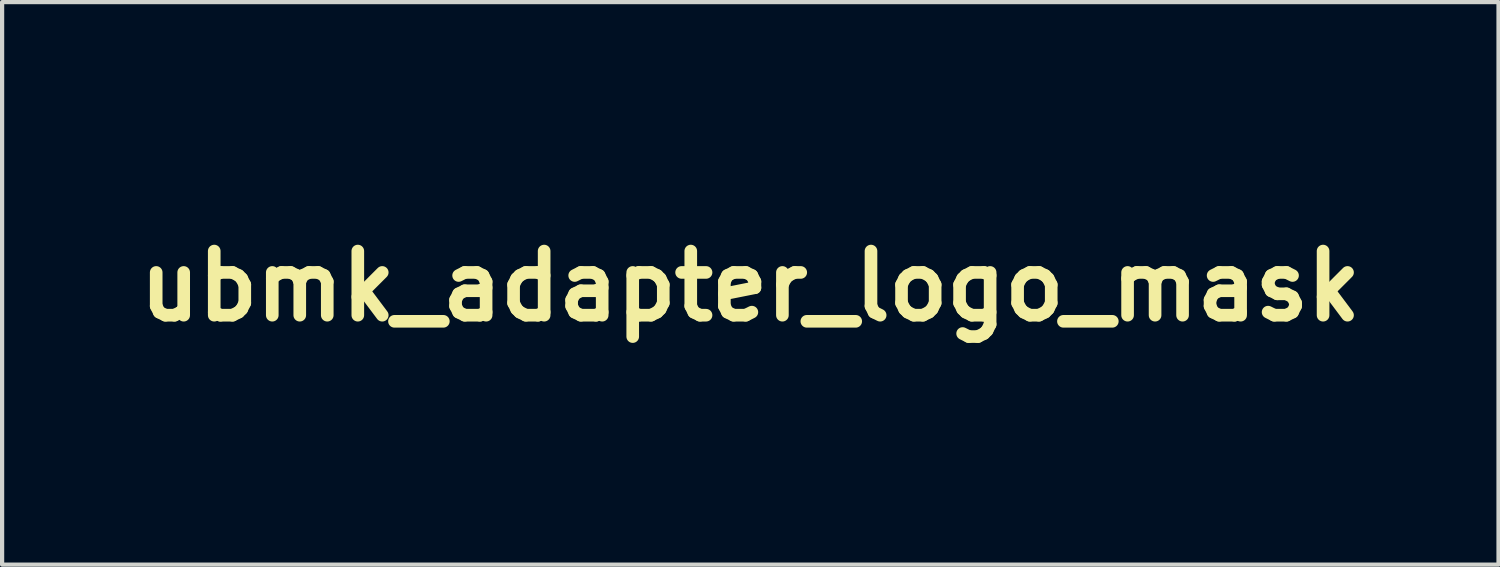
<source format=kicad_pcb>
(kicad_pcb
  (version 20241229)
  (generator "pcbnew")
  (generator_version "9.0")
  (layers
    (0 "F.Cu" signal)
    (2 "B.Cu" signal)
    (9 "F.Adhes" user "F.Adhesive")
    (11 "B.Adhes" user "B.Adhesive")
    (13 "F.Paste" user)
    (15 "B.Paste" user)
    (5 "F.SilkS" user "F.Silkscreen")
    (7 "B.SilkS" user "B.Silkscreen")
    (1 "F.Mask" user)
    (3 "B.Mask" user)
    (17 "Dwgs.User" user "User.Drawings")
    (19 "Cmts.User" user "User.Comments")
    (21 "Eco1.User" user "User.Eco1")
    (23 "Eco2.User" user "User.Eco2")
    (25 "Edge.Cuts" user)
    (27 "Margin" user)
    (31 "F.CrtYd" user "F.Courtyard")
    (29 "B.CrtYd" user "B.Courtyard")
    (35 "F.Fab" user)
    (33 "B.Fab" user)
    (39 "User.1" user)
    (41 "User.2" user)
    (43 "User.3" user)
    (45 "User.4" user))
  (footprint "ubmk_adapter_logo_mask"
    (layer "F.Cu")
    (at 14.776 3.749)
    (property "Reference" "ubmk_adapter_logo_mask" (at 0 0 0) (layer "F.SilkS") (effects (font (size 1.524 1.524) (thickness 0.3))))
    (attr through_hole)
    (fp_poly (pts (xy -1.492 -2.546) (xy -1.668 -2.546) (xy -1.668 -3.209) (xy -1.492 -3.209) (xy -1.492 -2.546)) (stroke (width 0.01) (type solid)) (fill yes) (layer "F.Mask"))
    (fp_poly (pts (xy -1.122 3.346) (xy -1.307 3.346) (xy -1.307 3.258) (xy -1.122 3.258) (xy -1.122 3.346)) (stroke (width 0.01) (type solid)) (fill yes) (layer "F.Mask"))
    (fp_poly (pts (xy -1.6 3.355) (xy -1.522 3.355) (xy -1.522 3.473) (xy -1.814 3.473) (xy -1.814 3.355) (xy -1.726 3.355) (xy -1.731 3.126) (xy -1.768 3.123) (xy -1.805 3.12) (xy -1.805 3.014) (xy -1.6 3.014) (xy -1.6 3.355)) (stroke (width 0.01) (type solid)) (fill yes) (layer "F.Mask"))
    (fp_poly (pts (xy 3.391 -2.636) (xy 3.423 -2.618) (xy 3.453 -2.582) (xy 3.467 -2.542) (xy 3.467 -2.5) (xy 3.454 -2.461) (xy 3.428 -2.429) (xy 3.392 -2.408) (xy 3.347 -2.4) (xy 3.312 -2.404) (xy 3.281 -2.413) (xy 3.275 -2.417) (xy 3.244 -2.446) (xy 3.225 -2.487) (xy 3.22 -2.531) (xy 3.229 -2.574) (xy 3.235 -2.584) (xy 3.265 -2.617) (xy 3.304 -2.638) (xy 3.348 -2.644) (xy 3.391 -2.636)) (stroke (width 0.01) (type solid)) (fill yes) (layer "F.Mask"))
    (fp_poly (pts (xy 2.936 -2.887) (xy 2.893 -2.887) (xy 2.867 -2.887) (xy 2.848 -2.885) (xy 2.834 -2.879) (xy 2.826 -2.866) (xy 2.821 -2.842) (xy 2.819 -2.807) (xy 2.819 -2.756) (xy 2.819 -2.711) (xy 2.819 -2.546) (xy 2.643 -2.546) (xy 2.643 -2.727) (xy 2.644 -2.801) (xy 2.646 -2.859) (xy 2.65 -2.903) (xy 2.656 -2.935) (xy 2.666 -2.959) (xy 2.68 -2.976) (xy 2.698 -2.991) (xy 2.704 -2.994) (xy 2.722 -3.004) (xy 2.745 -3.01) (xy 2.775 -3.013) (xy 2.818 -3.014) (xy 2.836 -3.014) (xy 2.936 -3.014) (xy 2.936 -2.887)) (stroke (width 0.01) (type solid)) (fill yes) (layer "F.Mask"))
    (fp_poly (pts (xy 1.924 -3.075) (xy 1.926 -3.019) (xy 1.987 -3.016) (xy 2.048 -3.013) (xy 2.048 -2.888) (xy 1.987 -2.885) (xy 1.926 -2.882) (xy 1.924 -2.796) (xy 1.923 -2.746) (xy 1.927 -2.712) (xy 1.932 -2.696) (xy 1.951 -2.687) (xy 1.984 -2.683) (xy 1.996 -2.682) (xy 2.048 -2.682) (xy 2.048 -2.546) (xy 1.953 -2.546) (xy 1.897 -2.548) (xy 1.857 -2.552) (xy 1.829 -2.561) (xy 1.826 -2.562) (xy 1.802 -2.576) (xy 1.784 -2.593) (xy 1.772 -2.616) (xy 1.764 -2.647) (xy 1.759 -2.692) (xy 1.756 -2.753) (xy 1.756 -2.755) (xy 1.751 -2.882) (xy 1.714 -2.885) (xy 1.678 -2.888) (xy 1.678 -3.013) (xy 1.714 -3.016) (xy 1.751 -3.019) (xy 1.757 -3.131) (xy 1.921 -3.131) (xy 1.924 -3.075)) (stroke (width 0.01) (type solid)) (fill yes) (layer "F.Mask"))
    (fp_poly (pts (xy 1.561 3.236) (xy 1.561 3.289) (xy 1.564 3.325) (xy 1.571 3.348) (xy 1.582 3.36) (xy 1.599 3.365) (xy 1.609 3.365) (xy 1.629 3.363) (xy 1.643 3.355) (xy 1.652 3.338) (xy 1.656 3.309) (xy 1.658 3.265) (xy 1.658 3.236) (xy 1.658 3.131) (xy 1.785 3.131) (xy 1.785 3.252) (xy 1.785 3.303) (xy 1.783 3.34) (xy 1.78 3.365) (xy 1.775 3.383) (xy 1.767 3.399) (xy 1.763 3.405) (xy 1.74 3.432) (xy 1.713 3.454) (xy 1.71 3.456) (xy 1.675 3.469) (xy 1.63 3.477) (xy 1.585 3.479) (xy 1.549 3.473) (xy 1.506 3.453) (xy 1.47 3.422) (xy 1.447 3.388) (xy 1.44 3.358) (xy 1.435 3.308) (xy 1.434 3.244) (xy 1.434 3.131) (xy 1.561 3.131) (xy 1.561 3.236)) (stroke (width 0.01) (type solid)) (fill yes) (layer "F.Mask"))
    (fp_poly (pts (xy -0.702 3.016) (xy -0.656 3.023) (xy -0.622 3.037) (xy -0.597 3.058) (xy -0.578 3.09) (xy -0.575 3.096) (xy -0.559 3.146) (xy -0.561 3.192) (xy -0.582 3.235) (xy -0.62 3.276) (xy -0.661 3.307) (xy -0.727 3.351) (xy -0.641 3.353) (xy -0.556 3.356) (xy -0.556 3.473) (xy -0.68 3.472) (xy -0.729 3.471) (xy -0.773 3.469) (xy -0.806 3.466) (xy -0.825 3.463) (xy -0.825 3.463) (xy -0.855 3.442) (xy -0.877 3.41) (xy -0.887 3.374) (xy -0.888 3.369) (xy -0.884 3.346) (xy -0.873 3.323) (xy -0.851 3.298) (xy -0.816 3.268) (xy -0.771 3.235) (xy -0.726 3.201) (xy -0.701 3.173) (xy -0.693 3.151) (xy -0.705 3.135) (xy -0.734 3.126) (xy -0.783 3.122) (xy -0.797 3.121) (xy -0.868 3.121) (xy -0.868 3.014) (xy -0.764 3.014) (xy -0.702 3.016)) (stroke (width 0.01) (type solid)) (fill yes) (layer "F.Mask"))
    (fp_poly (pts (xy 0.127 3.016) (xy 0.173 3.023) (xy 0.207 3.037) (xy 0.232 3.058) (xy 0.251 3.09) (xy 0.255 3.096) (xy 0.27 3.146) (xy 0.268 3.192) (xy 0.248 3.235) (xy 0.209 3.276) (xy 0.168 3.307) (xy 0.102 3.351) (xy 0.188 3.353) (xy 0.273 3.356) (xy 0.273 3.473) (xy 0.149 3.472) (xy 0.1 3.471) (xy 0.056 3.469) (xy 0.023 3.466) (xy 0.004 3.463) (xy 0.004 3.463) (xy -0.026 3.442) (xy -0.048 3.41) (xy -0.058 3.374) (xy -0.059 3.369) (xy -0.055 3.346) (xy -0.044 3.323) (xy -0.022 3.298) (xy 0.013 3.268) (xy 0.058 3.235) (xy 0.103 3.201) (xy 0.128 3.173) (xy 0.136 3.151) (xy 0.124 3.135) (xy 0.095 3.126) (xy 0.046 3.122) (xy 0.032 3.121) (xy -0.039 3.121) (xy -0.039 3.014) (xy 0.065 3.014) (xy 0.127 3.016)) (stroke (width 0.01) (type solid)) (fill yes) (layer "F.Mask"))
    (fp_poly (pts (xy 3.439 -3.049) (xy 3.493 -3.038) (xy 3.579 -3.003) (xy 3.659 -2.955) (xy 3.729 -2.894) (xy 3.786 -2.825) (xy 3.813 -2.777) (xy 3.833 -2.73) (xy 3.839 -2.692) (xy 3.831 -2.662) (xy 3.809 -2.634) (xy 3.803 -2.629) (xy 3.769 -2.611) (xy 3.729 -2.604) (xy 3.693 -2.611) (xy 3.685 -2.615) (xy 3.672 -2.627) (xy 3.653 -2.651) (xy 3.63 -2.682) (xy 3.625 -2.69) (xy 3.576 -2.753) (xy 3.521 -2.799) (xy 3.46 -2.829) (xy 3.389 -2.844) (xy 3.363 -2.846) (xy 3.316 -2.847) (xy 3.278 -2.844) (xy 3.24 -2.833) (xy 3.225 -2.829) (xy 3.177 -2.815) (xy 3.141 -2.813) (xy 3.11 -2.824) (xy 3.086 -2.843) (xy 3.067 -2.876) (xy 3.061 -2.915) (xy 3.07 -2.954) (xy 3.09 -2.985) (xy 3.126 -3.009) (xy 3.177 -3.029) (xy 3.237 -3.044) (xy 3.304 -3.052) (xy 3.373 -3.054) (xy 3.439 -3.049)) (stroke (width 0.01) (type solid)) (fill yes) (layer "F.Mask"))
    (fp_poly (pts (xy 3.451 -3.394) (xy 3.529 -3.382) (xy 3.553 -3.377) (xy 3.675 -3.337) (xy 3.788 -3.282) (xy 3.892 -3.212) (xy 3.983 -3.129) (xy 4.061 -3.034) (xy 4.122 -2.931) (xy 4.143 -2.882) (xy 4.151 -2.845) (xy 4.147 -2.815) (xy 4.128 -2.788) (xy 4.115 -2.775) (xy 4.08 -2.756) (xy 4.04 -2.751) (xy 4.003 -2.759) (xy 3.993 -2.765) (xy 3.977 -2.781) (xy 3.957 -2.808) (xy 3.94 -2.836) (xy 3.875 -2.934) (xy 3.796 -3.018) (xy 3.705 -3.088) (xy 3.603 -3.142) (xy 3.502 -3.177) (xy 3.411 -3.192) (xy 3.312 -3.193) (xy 3.212 -3.181) (xy 3.116 -3.156) (xy 3.076 -3.14) (xy 3.027 -3.127) (xy 2.984 -3.129) (xy 2.95 -3.146) (xy 2.926 -3.177) (xy 2.917 -3.218) (xy 2.917 -3.224) (xy 2.921 -3.258) (xy 2.936 -3.287) (xy 2.962 -3.312) (xy 3.003 -3.335) (xy 3.06 -3.356) (xy 3.129 -3.377) (xy 3.198 -3.39) (xy 3.279 -3.397) (xy 3.366 -3.399) (xy 3.451 -3.394)) (stroke (width 0.01) (type solid)) (fill yes) (layer "F.Mask"))
    (fp_poly (pts (xy -4.243 -2.873) (xy -4.243 -2.817) (xy -4.242 -2.777) (xy -4.24 -2.75) (xy -4.236 -2.732) (xy -4.231 -2.72) (xy -4.224 -2.712) (xy -4.199 -2.697) (xy -4.175 -2.692) (xy -4.146 -2.699) (xy -4.126 -2.712) (xy -4.118 -2.721) (xy -4.113 -2.733) (xy -4.11 -2.752) (xy -4.108 -2.78) (xy -4.107 -2.821) (xy -4.107 -2.873) (xy -4.107 -3.014) (xy -3.929 -3.014) (xy -3.933 -2.851) (xy -3.934 -2.79) (xy -3.936 -2.745) (xy -3.938 -2.712) (xy -3.942 -2.689) (xy -3.947 -2.67) (xy -3.955 -2.654) (xy -3.96 -2.644) (xy -3.994 -2.601) (xy -4.032 -2.571) (xy -4.059 -2.556) (xy -4.085 -2.547) (xy -4.116 -2.542) (xy -4.158 -2.539) (xy -4.206 -2.539) (xy -4.245 -2.543) (xy -4.268 -2.548) (xy -4.324 -2.577) (xy -4.365 -2.613) (xy -4.394 -2.655) (xy -4.403 -2.676) (xy -4.41 -2.694) (xy -4.414 -2.715) (xy -4.417 -2.743) (xy -4.418 -2.78) (xy -4.419 -2.831) (xy -4.419 -2.86) (xy -4.419 -3.014) (xy -4.243 -3.014) (xy -4.243 -2.873)) (stroke (width 0.01) (type solid)) (fill yes) (layer "F.Mask"))
    (fp_poly (pts (xy 1.57 -1.102) (xy 1.644 -1.102) (xy 1.809 -1.404) (xy 1.983 -1.405) (xy 2.038 -1.404) (xy 2.086 -1.404) (xy 2.124 -1.403) (xy 2.148 -1.401) (xy 2.156 -1.4) (xy 2.151 -1.391) (xy 2.137 -1.368) (xy 2.115 -1.333) (xy 2.088 -1.29) (xy 2.057 -1.241) (xy 2.052 -1.232) (xy 2.021 -1.182) (xy 1.994 -1.138) (xy 1.974 -1.103) (xy 1.962 -1.078) (xy 1.958 -1.066) (xy 1.959 -1.065) (xy 1.987 -1.05) (xy 2.021 -1.024) (xy 2.052 -0.993) (xy 2.064 -0.978) (xy 2.084 -0.948) (xy 2.098 -0.914) (xy 2.108 -0.872) (xy 2.114 -0.819) (xy 2.116 -0.752) (xy 2.117 -0.707) (xy 2.117 -0.575) (xy 1.805 -0.575) (xy 1.805 -0.706) (xy 1.804 -0.76) (xy 1.803 -0.798) (xy 1.801 -0.824) (xy 1.796 -0.842) (xy 1.789 -0.855) (xy 1.784 -0.862) (xy 1.752 -0.888) (xy 1.704 -0.903) (xy 1.641 -0.906) (xy 1.634 -0.905) (xy 1.575 -0.902) (xy 1.573 -0.739) (xy 1.57 -0.575) (xy 1.268 -0.575) (xy 1.268 -1.746) (xy 1.57 -1.746) (xy 1.57 -1.102)) (stroke (width 0.01) (type solid)) (fill yes) (layer "F.Mask"))
    (fp_poly (pts (xy -2.631 -3.18) (xy -2.572 -3.179) (xy -2.529 -3.177) (xy -2.497 -3.174) (xy -2.473 -3.169) (xy -2.453 -3.162) (xy -2.452 -3.161) (xy -2.406 -3.131) (xy -2.369 -3.087) (xy -2.345 -3.035) (xy -2.335 -2.981) (xy -2.337 -2.948) (xy -2.347 -2.906) (xy -2.364 -2.872) (xy -2.388 -2.841) (xy -2.425 -2.81) (xy -2.475 -2.777) (xy -2.568 -2.717) (xy -2.45 -2.714) (xy -2.331 -2.711) (xy -2.331 -2.546) (xy -2.505 -2.546) (xy -2.569 -2.546) (xy -2.617 -2.547) (xy -2.651 -2.549) (xy -2.676 -2.552) (xy -2.695 -2.557) (xy -2.71 -2.563) (xy -2.712 -2.564) (xy -2.753 -2.596) (xy -2.779 -2.637) (xy -2.787 -2.67) (xy -2.787 -2.708) (xy -2.776 -2.742) (xy -2.752 -2.775) (xy -2.713 -2.81) (xy -2.679 -2.835) (xy -2.619 -2.878) (xy -2.574 -2.911) (xy -2.543 -2.938) (xy -2.525 -2.959) (xy -2.517 -2.976) (xy -2.519 -2.991) (xy -2.529 -3.005) (xy -2.532 -3.008) (xy -2.543 -3.015) (xy -2.562 -3.02) (xy -2.592 -3.023) (xy -2.638 -3.024) (xy -2.659 -3.024) (xy -2.77 -3.024) (xy -2.77 -3.18) (xy -2.631 -3.18)) (stroke (width 0.01) (type solid)) (fill yes) (layer "F.Mask"))
    (fp_poly (pts (xy -1.95 -1.173) (xy -1.95 -1.082) (xy -1.948 -1.009) (xy -1.945 -0.955) (xy -1.941 -0.92) (xy -1.938 -0.908) (xy -1.915 -0.869) (xy -1.878 -0.844) (xy -1.838 -0.833) (xy -1.794 -0.835) (xy -1.758 -0.854) (xy -1.729 -0.887) (xy -1.722 -0.898) (xy -1.717 -0.909) (xy -1.713 -0.923) (xy -1.71 -0.943) (xy -1.709 -0.971) (xy -1.708 -1.01) (xy -1.707 -1.062) (xy -1.707 -1.13) (xy -1.707 -1.162) (xy -1.707 -1.405) (xy -1.405 -1.405) (xy -1.405 -1.128) (xy -1.405 -1.038) (xy -1.406 -0.964) (xy -1.408 -0.905) (xy -1.411 -0.858) (xy -1.416 -0.82) (xy -1.424 -0.79) (xy -1.434 -0.764) (xy -1.447 -0.741) (xy -1.463 -0.717) (xy -1.468 -0.71) (xy -1.523 -0.651) (xy -1.591 -0.605) (xy -1.637 -0.584) (xy -1.682 -0.572) (xy -1.739 -0.564) (xy -1.802 -0.559) (xy -1.865 -0.559) (xy -1.922 -0.563) (xy -1.956 -0.569) (xy -2.037 -0.599) (xy -2.109 -0.643) (xy -2.17 -0.698) (xy -2.215 -0.764) (xy -2.222 -0.778) (xy -2.248 -0.834) (xy -2.251 -1.119) (xy -2.255 -1.405) (xy -1.951 -1.405) (xy -1.95 -1.173)) (stroke (width 0.01) (type solid)) (fill yes) (layer "F.Mask"))
    (fp_poly (pts (xy 3.449 -3.741) (xy 3.593 -3.721) (xy 3.707 -3.692) (xy 3.847 -3.638) (xy 3.979 -3.568) (xy 4.101 -3.484) (xy 4.211 -3.387) (xy 4.308 -3.278) (xy 4.39 -3.159) (xy 4.425 -3.096) (xy 4.449 -3.045) (xy 4.461 -3.007) (xy 4.463 -2.976) (xy 4.454 -2.951) (xy 4.435 -2.926) (xy 4.431 -2.922) (xy 4.4 -2.903) (xy 4.361 -2.896) (xy 4.323 -2.902) (xy 4.305 -2.912) (xy 4.29 -2.927) (xy 4.271 -2.954) (xy 4.25 -2.988) (xy 4.245 -2.997) (xy 4.168 -3.118) (xy 4.077 -3.226) (xy 3.975 -3.319) (xy 3.862 -3.397) (xy 3.74 -3.458) (xy 3.609 -3.503) (xy 3.471 -3.53) (xy 3.385 -3.538) (xy 3.27 -3.537) (xy 3.162 -3.523) (xy 3.052 -3.495) (xy 2.998 -3.477) (xy 2.946 -3.458) (xy 2.909 -3.445) (xy 2.883 -3.438) (xy 2.863 -3.436) (xy 2.848 -3.439) (xy 2.832 -3.445) (xy 2.826 -3.448) (xy 2.793 -3.473) (xy 2.774 -3.509) (xy 2.77 -3.545) (xy 2.777 -3.578) (xy 2.797 -3.607) (xy 2.833 -3.634) (xy 2.88 -3.656) (xy 3.014 -3.702) (xy 3.156 -3.731) (xy 3.302 -3.744) (xy 3.449 -3.741)) (stroke (width 0.01) (type solid)) (fill yes) (layer "F.Mask"))
    (fp_poly (pts (xy -0.32 -3.021) (xy -0.276 -3.011) (xy -0.237 -2.992) (xy -0.2 -2.964) (xy -0.175 -2.94) (xy -0.156 -2.915) (xy -0.143 -2.887) (xy -0.134 -2.852) (xy -0.129 -2.806) (xy -0.127 -2.746) (xy -0.127 -2.699) (xy -0.127 -2.546) (xy -0.283 -2.546) (xy -0.283 -2.618) (xy -0.315 -2.588) (xy -0.339 -2.567) (xy -0.362 -2.55) (xy -0.368 -2.547) (xy -0.4 -2.538) (xy -0.443 -2.537) (xy -0.487 -2.543) (xy -0.524 -2.555) (xy -0.564 -2.582) (xy -0.6 -2.623) (xy -0.627 -2.672) (xy -0.635 -2.696) (xy -0.642 -2.744) (xy -0.641 -2.772) (xy -0.464 -2.772) (xy -0.455 -2.735) (xy -0.432 -2.706) (xy -0.416 -2.697) (xy -0.38 -2.688) (xy -0.349 -2.697) (xy -0.324 -2.718) (xy -0.305 -2.75) (xy -0.301 -2.786) (xy -0.309 -2.82) (xy -0.328 -2.848) (xy -0.357 -2.865) (xy -0.378 -2.868) (xy -0.417 -2.863) (xy -0.442 -2.845) (xy -0.458 -2.814) (xy -0.464 -2.772) (xy -0.641 -2.772) (xy -0.64 -2.799) (xy -0.631 -2.852) (xy -0.617 -2.892) (xy -0.579 -2.948) (xy -0.529 -2.988) (xy -0.467 -3.013) (xy -0.393 -3.023) (xy -0.378 -3.024) (xy -0.32 -3.021)) (stroke (width 0.01) (type solid)) (fill yes) (layer "F.Mask"))
    (fp_poly (pts (xy 0.86 -3.021) (xy 0.905 -3.011) (xy 0.943 -2.992) (xy 0.98 -2.964) (xy 1.005 -2.94) (xy 1.024 -2.915) (xy 1.037 -2.887) (xy 1.046 -2.852) (xy 1.051 -2.806) (xy 1.053 -2.746) (xy 1.053 -2.699) (xy 1.053 -2.546) (xy 0.897 -2.546) (xy 0.897 -2.618) (xy 0.866 -2.588) (xy 0.841 -2.567) (xy 0.818 -2.55) (xy 0.813 -2.547) (xy 0.78 -2.538) (xy 0.738 -2.537) (xy 0.693 -2.543) (xy 0.657 -2.555) (xy 0.616 -2.582) (xy 0.58 -2.623) (xy 0.554 -2.672) (xy 0.545 -2.696) (xy 0.538 -2.744) (xy 0.539 -2.772) (xy 0.716 -2.772) (xy 0.725 -2.735) (xy 0.748 -2.706) (xy 0.764 -2.697) (xy 0.8 -2.688) (xy 0.831 -2.697) (xy 0.856 -2.718) (xy 0.875 -2.75) (xy 0.88 -2.786) (xy 0.871 -2.82) (xy 0.852 -2.848) (xy 0.823 -2.865) (xy 0.802 -2.868) (xy 0.764 -2.863) (xy 0.738 -2.845) (xy 0.722 -2.814) (xy 0.716 -2.772) (xy 0.539 -2.772) (xy 0.54 -2.799) (xy 0.549 -2.852) (xy 0.564 -2.892) (xy 0.602 -2.948) (xy 0.651 -2.988) (xy 0.713 -3.013) (xy 0.787 -3.023) (xy 0.803 -3.024) (xy 0.86 -3.021)) (stroke (width 0.01) (type solid)) (fill yes) (layer "F.Mask"))
    (fp_poly (pts (xy -3.473 -2.897) (xy -3.58 -2.897) (xy -3.629 -2.897) (xy -3.661 -2.895) (xy -3.68 -2.892) (xy -3.691 -2.886) (xy -3.694 -2.881) (xy -3.694 -2.866) (xy -3.679 -2.855) (xy -3.648 -2.85) (xy -3.609 -2.848) (xy -3.545 -2.842) (xy -3.497 -2.823) (xy -3.463 -2.792) (xy -3.444 -2.748) (xy -3.44 -2.71) (xy -3.446 -2.654) (xy -3.468 -2.61) (xy -3.505 -2.577) (xy -3.521 -2.568) (xy -3.54 -2.559) (xy -3.559 -2.553) (xy -3.582 -2.549) (xy -3.614 -2.547) (xy -3.658 -2.546) (xy -3.709 -2.546) (xy -3.853 -2.546) (xy -3.853 -2.672) (xy -3.733 -2.675) (xy -3.682 -2.676) (xy -3.648 -2.679) (xy -3.627 -2.682) (xy -3.616 -2.686) (xy -3.614 -2.692) (xy -3.619 -2.7) (xy -3.634 -2.706) (xy -3.664 -2.71) (xy -3.693 -2.713) (xy -3.751 -2.72) (xy -3.795 -2.734) (xy -3.826 -2.755) (xy -3.849 -2.786) (xy -3.853 -2.795) (xy -3.87 -2.843) (xy -3.869 -2.887) (xy -3.851 -2.934) (xy -3.85 -2.936) (xy -3.834 -2.963) (xy -3.815 -2.983) (xy -3.791 -2.998) (xy -3.759 -3.007) (xy -3.716 -3.012) (xy -3.658 -3.014) (xy -3.617 -3.014) (xy -3.473 -3.014) (xy -3.473 -2.897)) (stroke (width 0.01) (type solid)) (fill yes) (layer "F.Mask"))
    (fp_poly (pts (xy -3.199 -2.985) (xy -3.168 -3.004) (xy -3.13 -3.019) (xy -3.082 -3.024) (xy -3.032 -3.021) (xy -2.987 -3.01) (xy -2.976 -3.005) (xy -2.931 -2.973) (xy -2.893 -2.929) (xy -2.871 -2.89) (xy -2.862 -2.853) (xy -2.858 -2.805) (xy -2.86 -2.754) (xy -2.867 -2.708) (xy -2.876 -2.677) (xy -2.91 -2.624) (xy -2.958 -2.58) (xy -2.991 -2.56) (xy -3.024 -2.55) (xy -3.067 -2.542) (xy -3.116 -2.539) (xy -3.161 -2.539) (xy -3.196 -2.544) (xy -3.199 -2.545) (xy -3.264 -2.575) (xy -3.316 -2.62) (xy -3.352 -2.673) (xy -3.358 -2.685) (xy -3.362 -2.7) (xy -3.365 -2.721) (xy -3.368 -2.749) (xy -3.37 -2.781) (xy -3.199 -2.781) (xy -3.191 -2.743) (xy -3.169 -2.712) (xy -3.146 -2.696) (xy -3.11 -2.688) (xy -3.079 -2.697) (xy -3.056 -2.718) (xy -3.038 -2.748) (xy -3.034 -2.784) (xy -3.042 -2.819) (xy -3.059 -2.848) (xy -3.085 -2.866) (xy -3.097 -2.869) (xy -3.137 -2.866) (xy -3.17 -2.847) (xy -3.192 -2.816) (xy -3.199 -2.781) (xy -3.37 -2.781) (xy -3.37 -2.787) (xy -3.371 -2.838) (xy -3.372 -2.905) (xy -3.373 -2.958) (xy -3.376 -3.209) (xy -3.199 -3.209) (xy -3.199 -2.985)) (stroke (width 0.01) (type solid)) (fill yes) (layer "F.Mask"))
    (fp_poly (pts (xy -2.078 -2.985) (xy -2.046 -3.004) (xy -2.008 -3.019) (xy -1.96 -3.024) (xy -1.91 -3.021) (xy -1.865 -3.01) (xy -1.854 -3.005) (xy -1.809 -2.973) (xy -1.771 -2.929) (xy -1.749 -2.89) (xy -1.74 -2.853) (xy -1.737 -2.805) (xy -1.738 -2.754) (xy -1.745 -2.708) (xy -1.755 -2.677) (xy -1.788 -2.624) (xy -1.836 -2.58) (xy -1.87 -2.56) (xy -1.902 -2.55) (xy -1.946 -2.542) (xy -1.994 -2.539) (xy -2.039 -2.539) (xy -2.074 -2.544) (xy -2.078 -2.545) (xy -2.142 -2.575) (xy -2.194 -2.62) (xy -2.23 -2.673) (xy -2.236 -2.685) (xy -2.24 -2.7) (xy -2.244 -2.721) (xy -2.246 -2.749) (xy -2.248 -2.781) (xy -2.078 -2.781) (xy -2.069 -2.743) (xy -2.047 -2.712) (xy -2.024 -2.696) (xy -1.989 -2.688) (xy -1.958 -2.697) (xy -1.934 -2.718) (xy -1.917 -2.748) (xy -1.913 -2.784) (xy -1.92 -2.819) (xy -1.937 -2.848) (xy -1.963 -2.866) (xy -1.975 -2.869) (xy -2.015 -2.866) (xy -2.048 -2.847) (xy -2.07 -2.816) (xy -2.078 -2.781) (xy -2.248 -2.781) (xy -2.248 -2.787) (xy -2.25 -2.838) (xy -2.251 -2.905) (xy -2.251 -2.958) (xy -2.254 -3.209) (xy -2.078 -3.209) (xy -2.078 -2.985)) (stroke (width 0.01) (type solid)) (fill yes) (layer "F.Mask"))
    (fp_poly (pts (xy 0.476 -2.963) (xy 0.473 -2.717) (xy 0.444 -2.664) (xy 0.408 -2.612) (xy 0.363 -2.575) (xy 0.313 -2.551) (xy 0.267 -2.541) (xy 0.212 -2.537) (xy 0.158 -2.54) (xy 0.115 -2.55) (xy 0.065 -2.573) (xy 0.027 -2.603) (xy -0.000222 -2.635) (xy -0.032 -2.692) (xy -0.046 -2.755) (xy -0.046 -2.769) (xy 0.13 -2.769) (xy 0.142 -2.733) (xy 0.165 -2.705) (xy 0.179 -2.697) (xy 0.215 -2.688) (xy 0.246 -2.697) (xy 0.271 -2.718) (xy 0.289 -2.751) (xy 0.292 -2.79) (xy 0.281 -2.828) (xy 0.272 -2.842) (xy 0.245 -2.863) (xy 0.212 -2.869) (xy 0.179 -2.862) (xy 0.151 -2.842) (xy 0.133 -2.81) (xy 0.131 -2.805) (xy 0.13 -2.769) (xy -0.046 -2.769) (xy -0.046 -2.813) (xy -0.032 -2.879) (xy -0.004 -2.937) (xy 0.037 -2.982) (xy 0.047 -2.989) (xy 0.073 -3.005) (xy 0.098 -3.015) (xy 0.13 -3.02) (xy 0.163 -3.022) (xy 0.203 -3.024) (xy 0.229 -3.021) (xy 0.248 -3.015) (xy 0.264 -3.005) (xy 0.284 -2.992) (xy 0.296 -2.985) (xy 0.297 -2.985) (xy 0.299 -2.994) (xy 0.301 -3.019) (xy 0.302 -3.055) (xy 0.302 -3.097) (xy 0.302 -3.209) (xy 0.48 -3.209) (xy 0.476 -2.963)) (stroke (width 0.01) (type solid)) (fill yes) (layer "F.Mask"))
    (fp_poly (pts (xy 1.466 -3.022) (xy 1.515 -3.009) (xy 1.56 -2.985) (xy 1.58 -2.968) (xy 1.618 -2.925) (xy 1.644 -2.87) (xy 1.657 -2.807) (xy 1.658 -2.743) (xy 1.644 -2.681) (xy 1.631 -2.652) (xy 1.595 -2.6) (xy 1.549 -2.565) (xy 1.492 -2.545) (xy 1.443 -2.541) (xy 1.403 -2.542) (xy 1.375 -2.548) (xy 1.353 -2.559) (xy 1.347 -2.563) (xy 1.317 -2.585) (xy 1.317 -2.351) (xy 1.141 -2.351) (xy 1.142 -2.592) (xy 1.142 -2.675) (xy 1.143 -2.74) (xy 1.144 -2.764) (xy 1.318 -2.764) (xy 1.325 -2.744) (xy 1.343 -2.723) (xy 1.344 -2.722) (xy 1.376 -2.698) (xy 1.407 -2.693) (xy 1.437 -2.704) (xy 1.465 -2.725) (xy 1.479 -2.753) (xy 1.482 -2.788) (xy 1.476 -2.828) (xy 1.457 -2.856) (xy 1.431 -2.872) (xy 1.4 -2.877) (xy 1.37 -2.869) (xy 1.344 -2.849) (xy 1.325 -2.816) (xy 1.32 -2.793) (xy 1.318 -2.764) (xy 1.144 -2.764) (xy 1.145 -2.792) (xy 1.149 -2.832) (xy 1.154 -2.863) (xy 1.162 -2.888) (xy 1.173 -2.91) (xy 1.186 -2.93) (xy 1.194 -2.94) (xy 1.217 -2.963) (xy 1.25 -2.987) (xy 1.274 -3) (xy 1.309 -3.015) (xy 1.34 -3.024) (xy 1.377 -3.027) (xy 1.404 -3.027) (xy 1.466 -3.022)) (stroke (width 0.01) (type solid)) (fill yes) (layer "F.Mask"))
    (fp_poly (pts (xy -1.878 3.131) (xy -1.854 3.132) (xy -1.844 3.134) (xy -1.844 3.134) (xy -1.847 3.145) (xy -1.855 3.171) (xy -1.867 3.208) (xy -1.882 3.252) (xy -1.898 3.298) (xy -1.914 3.344) (xy -1.928 3.385) (xy -1.94 3.417) (xy -1.948 3.437) (xy -1.949 3.44) (xy -1.968 3.459) (xy -1.998 3.474) (xy -2.033 3.482) (xy -2.043 3.482) (xy -2.066 3.477) (xy -2.089 3.468) (xy -2.11 3.452) (xy -2.121 3.436) (xy -2.127 3.422) (xy -2.137 3.394) (xy -2.15 3.356) (xy -2.165 3.312) (xy -2.18 3.266) (xy -2.195 3.222) (xy -2.208 3.183) (xy -2.218 3.153) (xy -2.223 3.136) (xy -2.224 3.134) (xy -2.215 3.133) (xy -2.192 3.132) (xy -2.158 3.131) (xy -2.156 3.131) (xy -2.12 3.132) (xy -2.098 3.135) (xy -2.087 3.141) (xy -2.084 3.148) (xy -2.08 3.165) (xy -2.073 3.195) (xy -2.064 3.235) (xy -2.058 3.261) (xy -2.049 3.301) (xy -2.04 3.331) (xy -2.034 3.349) (xy -2.032 3.352) (xy -2.028 3.341) (xy -2.021 3.316) (xy -2.013 3.28) (xy -2.009 3.261) (xy -2 3.22) (xy -1.992 3.184) (xy -1.986 3.159) (xy -1.985 3.153) (xy -1.981 3.141) (xy -1.971 3.135) (xy -1.952 3.132) (xy -1.919 3.131) (xy -1.912 3.131) (xy -1.878 3.131)) (stroke (width 0.01) (type solid)) (fill yes) (layer "F.Mask"))
    (fp_poly (pts (xy -0.966 -1.336) (xy -0.923 -1.369) (xy -0.866 -1.401) (xy -0.8 -1.419) (xy -0.728 -1.422) (xy -0.654 -1.412) (xy -0.583 -1.388) (xy -0.516 -1.352) (xy -0.488 -1.331) (xy -0.446 -1.286) (xy -0.408 -1.228) (xy -0.379 -1.164) (xy -0.366 -1.122) (xy -0.353 -1.025) (xy -0.357 -0.933) (xy -0.376 -0.847) (xy -0.411 -0.769) (xy -0.46 -0.7) (xy -0.522 -0.643) (xy -0.595 -0.599) (xy -0.679 -0.569) (xy -0.691 -0.567) (xy -0.744 -0.56) (xy -0.807 -0.557) (xy -0.871 -0.559) (xy -0.928 -0.566) (xy -0.955 -0.571) (xy -1.04 -0.604) (xy -1.114 -0.652) (xy -1.176 -0.715) (xy -1.225 -0.793) (xy -1.228 -0.8) (xy -1.263 -0.873) (xy -1.264 -0.985) (xy -0.956 -0.985) (xy -0.948 -0.93) (xy -0.926 -0.884) (xy -0.892 -0.851) (xy -0.85 -0.831) (xy -0.802 -0.827) (xy -0.75 -0.84) (xy -0.74 -0.845) (xy -0.706 -0.872) (xy -0.683 -0.911) (xy -0.671 -0.958) (xy -0.67 -1.007) (xy -0.681 -1.054) (xy -0.704 -1.095) (xy -0.711 -1.103) (xy -0.752 -1.132) (xy -0.796 -1.145) (xy -0.84 -1.142) (xy -0.882 -1.125) (xy -0.916 -1.095) (xy -0.942 -1.055) (xy -0.955 -1.005) (xy -0.956 -0.985) (xy -1.264 -0.985) (xy -1.266 -1.31) (xy -1.269 -1.746) (xy -0.966 -1.746) (xy -0.966 -1.336)) (stroke (width 0.01) (type solid)) (fill yes) (layer "F.Mask"))
    (fp_poly (pts (xy 1.185 3.008) (xy 1.22 3.019) (xy 1.246 3.038) (xy 1.253 3.05) (xy 1.261 3.072) (xy 1.274 3.107) (xy 1.29 3.151) (xy 1.309 3.201) (xy 1.328 3.255) (xy 1.348 3.309) (xy 1.366 3.359) (xy 1.382 3.404) (xy 1.395 3.439) (xy 1.402 3.461) (xy 1.405 3.468) (xy 1.396 3.47) (xy 1.372 3.471) (xy 1.338 3.471) (xy 1.33 3.47) (xy 1.255 3.468) (xy 1.244 3.433) (xy 1.232 3.399) (xy 1.07 3.399) (xy 1.058 3.433) (xy 1.047 3.468) (xy 0.898 3.473) (xy 0.921 3.407) (xy 0.955 3.315) (xy 0.97 3.274) (xy 1.105 3.274) (xy 1.107 3.282) (xy 1.124 3.286) (xy 1.15 3.287) (xy 1.178 3.286) (xy 1.196 3.284) (xy 1.2 3.281) (xy 1.197 3.265) (xy 1.19 3.239) (xy 1.18 3.208) (xy 1.17 3.177) (xy 1.16 3.152) (xy 1.153 3.137) (xy 1.151 3.136) (xy 1.145 3.147) (xy 1.136 3.171) (xy 1.127 3.201) (xy 1.117 3.235) (xy 1.109 3.261) (xy 1.105 3.274) (xy 0.97 3.274) (xy 0.982 3.24) (xy 1.005 3.179) (xy 1.023 3.132) (xy 1.038 3.096) (xy 1.05 3.069) (xy 1.06 3.05) (xy 1.068 3.037) (xy 1.076 3.028) (xy 1.078 3.026) (xy 1.108 3.01) (xy 1.145 3.005) (xy 1.185 3.008)) (stroke (width 0.01) (type solid)) (fill yes) (layer "F.Mask"))
    (fp_poly (pts (xy 2.095 3.135) (xy 2.142 3.161) (xy 2.179 3.199) (xy 2.202 3.247) (xy 2.203 3.253) (xy 2.209 3.284) (xy 2.212 3.327) (xy 2.214 3.377) (xy 2.214 3.428) (xy 2.212 3.476) (xy 2.209 3.517) (xy 2.204 3.544) (xy 2.202 3.551) (xy 2.185 3.574) (xy 2.16 3.59) (xy 2.125 3.601) (xy 2.075 3.607) (xy 2.01 3.609) (xy 2.007 3.609) (xy 1.892 3.609) (xy 1.892 3.502) (xy 1.978 3.502) (xy 2.026 3.501) (xy 2.057 3.496) (xy 2.076 3.487) (xy 2.085 3.471) (xy 2.087 3.447) (xy 2.087 3.445) (xy 2.087 3.423) (xy 2.082 3.418) (xy 2.071 3.426) (xy 2.069 3.427) (xy 2.032 3.449) (xy 1.988 3.457) (xy 1.95 3.453) (xy 1.902 3.432) (xy 1.867 3.397) (xy 1.848 3.361) (xy 1.836 3.305) (xy 1.837 3.299) (xy 1.967 3.299) (xy 1.975 3.33) (xy 1.996 3.349) (xy 2.027 3.355) (xy 2.053 3.349) (xy 2.072 3.333) (xy 2.081 3.307) (xy 2.078 3.279) (xy 2.076 3.274) (xy 2.058 3.25) (xy 2.035 3.24) (xy 2.018 3.239) (xy 1.989 3.246) (xy 1.972 3.269) (xy 1.967 3.299) (xy 1.837 3.299) (xy 1.842 3.25) (xy 1.865 3.201) (xy 1.902 3.161) (xy 1.931 3.143) (xy 1.986 3.125) (xy 2.042 3.122) (xy 2.095 3.135)) (stroke (width 0.01) (type solid)) (fill yes) (layer "F.Mask"))
    (fp_poly (pts (xy -1.157 -3.022) (xy -1.116 -3.019) (xy -1.086 -3.013) (xy -1.061 -3.002) (xy -1.042 -2.989) (xy -0.999 -2.948) (xy -0.968 -2.896) (xy -0.95 -2.837) (xy -0.948 -2.778) (xy -0.951 -2.761) (xy -0.957 -2.731) (xy -1.098 -2.731) (xy -1.154 -2.731) (xy -1.194 -2.73) (xy -1.219 -2.728) (xy -1.233 -2.724) (xy -1.238 -2.719) (xy -1.239 -2.717) (xy -1.233 -2.703) (xy -1.216 -2.692) (xy -1.184 -2.686) (xy -1.136 -2.683) (xy -1.098 -2.682) (xy -0.995 -2.682) (xy -0.995 -2.546) (xy -1.1 -2.547) (xy -1.149 -2.548) (xy -1.195 -2.551) (xy -1.233 -2.556) (xy -1.249 -2.559) (xy -1.308 -2.584) (xy -1.359 -2.622) (xy -1.397 -2.67) (xy -1.415 -2.708) (xy -1.422 -2.751) (xy -1.421 -2.802) (xy -1.416 -2.838) (xy -1.249 -2.838) (xy -1.247 -2.828) (xy -1.238 -2.822) (xy -1.218 -2.82) (xy -1.183 -2.819) (xy -1.18 -2.819) (xy -1.144 -2.82) (xy -1.124 -2.822) (xy -1.114 -2.827) (xy -1.112 -2.837) (xy -1.112 -2.838) (xy -1.12 -2.857) (xy -1.139 -2.878) (xy -1.163 -2.893) (xy -1.18 -2.897) (xy -1.203 -2.89) (xy -1.226 -2.873) (xy -1.244 -2.853) (xy -1.249 -2.838) (xy -1.416 -2.838) (xy -1.413 -2.854) (xy -1.399 -2.899) (xy -1.397 -2.903) (xy -1.36 -2.956) (xy -1.31 -2.993) (xy -1.249 -3.016) (xy -1.176 -3.023) (xy -1.157 -3.022)) (stroke (width 0.01) (type solid)) (fill yes) (layer "F.Mask"))
    (fp_poly (pts (xy 2.374 -3.022) (xy 2.416 -3.019) (xy 2.445 -3.013) (xy 2.47 -3.002) (xy 2.489 -2.989) (xy 2.532 -2.948) (xy 2.563 -2.896) (xy 2.581 -2.837) (xy 2.583 -2.778) (xy 2.58 -2.761) (xy 2.574 -2.731) (xy 2.433 -2.731) (xy 2.377 -2.731) (xy 2.337 -2.73) (xy 2.312 -2.728) (xy 2.298 -2.724) (xy 2.293 -2.719) (xy 2.292 -2.717) (xy 2.298 -2.703) (xy 2.315 -2.692) (xy 2.347 -2.686) (xy 2.395 -2.683) (xy 2.433 -2.682) (xy 2.536 -2.682) (xy 2.536 -2.546) (xy 2.431 -2.547) (xy 2.382 -2.548) (xy 2.336 -2.551) (xy 2.298 -2.556) (xy 2.282 -2.559) (xy 2.223 -2.584) (xy 2.172 -2.622) (xy 2.134 -2.67) (xy 2.116 -2.708) (xy 2.109 -2.751) (xy 2.11 -2.802) (xy 2.115 -2.838) (xy 2.282 -2.838) (xy 2.285 -2.828) (xy 2.293 -2.822) (xy 2.313 -2.82) (xy 2.348 -2.819) (xy 2.351 -2.819) (xy 2.387 -2.82) (xy 2.407 -2.822) (xy 2.417 -2.827) (xy 2.419 -2.837) (xy 2.419 -2.838) (xy 2.411 -2.857) (xy 2.392 -2.878) (xy 2.368 -2.893) (xy 2.351 -2.897) (xy 2.328 -2.89) (xy 2.305 -2.873) (xy 2.287 -2.853) (xy 2.282 -2.838) (xy 2.115 -2.838) (xy 2.118 -2.854) (xy 2.132 -2.899) (xy 2.134 -2.903) (xy 2.171 -2.956) (xy 2.221 -2.993) (xy 2.282 -3.016) (xy 2.355 -3.023) (xy 2.374 -3.022)) (stroke (width 0.01) (type solid)) (fill yes) (layer "F.Mask"))
    (fp_poly (pts (xy -0.239 3.012) (xy -0.19 3.033) (xy -0.151 3.067) (xy -0.145 3.075) (xy -0.135 3.089) (xy -0.129 3.104) (xy -0.125 3.124) (xy -0.123 3.152) (xy -0.122 3.192) (xy -0.122 3.239) (xy -0.122 3.293) (xy -0.123 3.33) (xy -0.125 3.356) (xy -0.129 3.375) (xy -0.136 3.389) (xy -0.146 3.403) (xy -0.148 3.406) (xy -0.174 3.433) (xy -0.205 3.455) (xy -0.212 3.458) (xy -0.253 3.472) (xy -0.302 3.479) (xy -0.348 3.478) (xy -0.374 3.473) (xy -0.416 3.452) (xy -0.454 3.42) (xy -0.48 3.383) (xy -0.481 3.381) (xy -0.489 3.358) (xy -0.494 3.327) (xy -0.497 3.282) (xy -0.497 3.241) (xy -0.371 3.241) (xy -0.37 3.281) (xy -0.367 3.307) (xy -0.361 3.324) (xy -0.35 3.338) (xy -0.347 3.341) (xy -0.326 3.358) (xy -0.308 3.365) (xy -0.307 3.365) (xy -0.29 3.359) (xy -0.269 3.343) (xy -0.268 3.341) (xy -0.256 3.327) (xy -0.248 3.311) (xy -0.245 3.287) (xy -0.244 3.25) (xy -0.244 3.241) (xy -0.246 3.189) (xy -0.254 3.154) (xy -0.268 3.132) (xy -0.291 3.123) (xy -0.307 3.121) (xy -0.335 3.126) (xy -0.354 3.14) (xy -0.365 3.167) (xy -0.37 3.21) (xy -0.371 3.241) (xy -0.497 3.241) (xy -0.497 3.237) (xy -0.497 3.187) (xy -0.495 3.151) (xy -0.491 3.125) (xy -0.484 3.105) (xy -0.475 3.088) (xy -0.443 3.049) (xy -0.399 3.022) (xy -0.347 3.007) (xy -0.292 3.003) (xy -0.239 3.012)) (stroke (width 0.01) (type solid)) (fill yes) (layer "F.Mask"))
    (fp_poly (pts (xy 0.59 3.012) (xy 0.639 3.033) (xy 0.678 3.067) (xy 0.684 3.075) (xy 0.694 3.089) (xy 0.7 3.104) (xy 0.704 3.124) (xy 0.706 3.152) (xy 0.707 3.192) (xy 0.707 3.239) (xy 0.707 3.293) (xy 0.706 3.33) (xy 0.704 3.356) (xy 0.7 3.375) (xy 0.693 3.389) (xy 0.683 3.403) (xy 0.681 3.406) (xy 0.655 3.433) (xy 0.624 3.455) (xy 0.618 3.458) (xy 0.576 3.472) (xy 0.528 3.479) (xy 0.481 3.478) (xy 0.455 3.473) (xy 0.413 3.452) (xy 0.375 3.42) (xy 0.349 3.383) (xy 0.348 3.381) (xy 0.34 3.358) (xy 0.335 3.327) (xy 0.332 3.282) (xy 0.332 3.241) (xy 0.458 3.241) (xy 0.459 3.281) (xy 0.462 3.307) (xy 0.468 3.324) (xy 0.48 3.338) (xy 0.482 3.341) (xy 0.503 3.358) (xy 0.521 3.365) (xy 0.522 3.365) (xy 0.539 3.359) (xy 0.56 3.343) (xy 0.561 3.341) (xy 0.574 3.327) (xy 0.581 3.311) (xy 0.584 3.287) (xy 0.585 3.25) (xy 0.585 3.241) (xy 0.583 3.189) (xy 0.575 3.154) (xy 0.561 3.132) (xy 0.538 3.123) (xy 0.522 3.121) (xy 0.494 3.126) (xy 0.476 3.14) (xy 0.464 3.167) (xy 0.459 3.21) (xy 0.458 3.241) (xy 0.332 3.241) (xy 0.332 3.237) (xy 0.332 3.187) (xy 0.334 3.151) (xy 0.338 3.125) (xy 0.345 3.105) (xy 0.354 3.088) (xy 0.386 3.049) (xy 0.43 3.022) (xy 0.482 3.007) (xy 0.537 3.003) (xy 0.59 3.012)) (stroke (width 0.01) (type solid)) (fill yes) (layer "F.Mask"))
    (fp_poly (pts (xy -3.241 -1.668) (xy -3.158 -1.668) (xy -3.091 -1.667) (xy -3.038 -1.667) (xy -2.997 -1.666) (xy -2.965 -1.664) (xy -2.941 -1.662) (xy -2.924 -1.659) (xy -2.91 -1.656) (xy -2.899 -1.652) (xy -2.89 -1.648) (xy -2.846 -1.616) (xy -2.824 -1.586) (xy -2.799 -1.544) (xy -2.799 -1.123) (xy -2.799 -1.017) (xy -2.8 -0.929) (xy -2.8 -0.857) (xy -2.801 -0.799) (xy -2.803 -0.754) (xy -2.806 -0.718) (xy -2.811 -0.691) (xy -2.816 -0.671) (xy -2.823 -0.656) (xy -2.833 -0.644) (xy -2.844 -0.633) (xy -2.857 -0.621) (xy -2.858 -0.621) (xy -2.888 -0.601) (xy -2.921 -0.586) (xy -2.924 -0.586) (xy -2.945 -0.583) (xy -2.983 -0.58) (xy -3.035 -0.578) (xy -3.097 -0.577) (xy -3.169 -0.576) (xy -3.246 -0.575) (xy -3.327 -0.575) (xy -3.408 -0.576) (xy -3.487 -0.577) (xy -3.561 -0.578) (xy -3.629 -0.58) (xy -3.686 -0.582) (xy -3.73 -0.585) (xy -3.759 -0.588) (xy -3.768 -0.59) (xy -3.8 -0.605) (xy -3.828 -0.623) (xy -3.83 -0.626) (xy -3.843 -0.637) (xy -3.853 -0.648) (xy -3.861 -0.661) (xy -3.867 -0.676) (xy -3.872 -0.697) (xy -3.876 -0.724) (xy -3.879 -0.761) (xy -3.88 -0.807) (xy -3.882 -0.866) (xy -3.882 -0.94) (xy -3.882 -1.029) (xy -3.882 -1.123) (xy -3.882 -1.317) (xy -3.531 -1.317) (xy -3.531 -0.936) (xy -3.151 -0.936) (xy -3.151 -1.317) (xy -3.531 -1.317) (xy -3.882 -1.317) (xy -3.882 -1.544) (xy -3.858 -1.586) (xy -3.823 -1.628) (xy -3.791 -1.648) (xy -3.78 -1.653) (xy -3.769 -1.657) (xy -3.755 -1.66) (xy -3.736 -1.663) (xy -3.711 -1.665) (xy -3.678 -1.666) (xy -3.634 -1.667) (xy -3.579 -1.668) (xy -3.509 -1.668) (xy -3.423 -1.668) (xy -3.341 -1.668) (xy -3.241 -1.668)) (stroke (width 0.01) (type solid)) (fill yes) (layer "F.Mask"))
    (fp_poly (pts (xy 3.31 0.947) (xy 3.398 0.947) (xy 3.47 0.948) (xy 3.528 0.95) (xy 3.575 0.952) (xy 3.611 0.956) (xy 3.638 0.962) (xy 3.659 0.97) (xy 3.676 0.98) (xy 3.69 0.992) (xy 3.703 1.007) (xy 3.713 1.02) (xy 3.741 1.057) (xy 3.744 1.477) (xy 3.744 1.566) (xy 3.744 1.65) (xy 3.744 1.727) (xy 3.744 1.793) (xy 3.743 1.848) (xy 3.743 1.888) (xy 3.742 1.913) (xy 3.741 1.919) (xy 3.728 1.946) (xy 3.703 1.977) (xy 3.674 2.005) (xy 3.644 2.024) (xy 3.641 2.025) (xy 3.629 2.029) (xy 3.609 2.032) (xy 3.58 2.034) (xy 3.541 2.036) (xy 3.488 2.037) (xy 3.422 2.038) (xy 3.34 2.038) (xy 3.241 2.039) (xy 3.201 2.039) (xy 3.101 2.039) (xy 3.019 2.039) (xy 2.952 2.038) (xy 2.899 2.038) (xy 2.858 2.037) (xy 2.827 2.035) (xy 2.804 2.033) (xy 2.787 2.03) (xy 2.774 2.027) (xy 2.763 2.023) (xy 2.752 2.017) (xy 2.75 2.016) (xy 2.705 1.982) (xy 2.682 1.95) (xy 2.658 1.907) (xy 2.658 1.502) (xy 2.658 1.414) (xy 2.659 1.332) (xy 2.659 1.307) (xy 3.014 1.307) (xy 3.014 1.688) (xy 3.202 1.685) (xy 3.39 1.683) (xy 3.392 1.495) (xy 3.395 1.307) (xy 3.014 1.307) (xy 2.659 1.307) (xy 2.659 1.256) (xy 2.66 1.191) (xy 2.662 1.138) (xy 2.663 1.098) (xy 2.665 1.076) (xy 2.665 1.071) (xy 2.684 1.034) (xy 2.716 0.998) (xy 2.755 0.97) (xy 2.765 0.964) (xy 2.776 0.96) (xy 2.789 0.956) (xy 2.806 0.953) (xy 2.828 0.951) (xy 2.859 0.949) (xy 2.899 0.948) (xy 2.95 0.947) (xy 3.016 0.947) (xy 3.096 0.947) (xy 3.194 0.947) (xy 3.204 0.947) (xy 3.31 0.947)) (stroke (width 0.01) (type solid)) (fill yes) (layer "F.Mask"))
    (fp_poly (pts (xy -2.518 -0.361) (xy -2.37 -0.361) (xy -2.239 -0.361) (xy -2.125 -0.361) (xy -2.025 -0.36) (xy -1.939 -0.36) (xy -1.866 -0.36) (xy -1.804 -0.359) (xy -1.754 -0.358) (xy -1.712 -0.357) (xy -1.679 -0.356) (xy -1.653 -0.355) (xy -1.633 -0.353) (xy -1.617 -0.351) (xy -1.606 -0.349) (xy -1.597 -0.346) (xy -1.59 -0.344) (xy -1.583 -0.34) (xy -1.543 -0.312) (xy -1.514 -0.275) (xy -1.488 -0.229) (xy -1.488 0.6) (xy -1.51 0.639) (xy -1.533 0.67) (xy -1.561 0.697) (xy -1.568 0.702) (xy -1.603 0.727) (xy -2.672 0.729) (xy -2.841 0.729) (xy -2.992 0.729) (xy -3.126 0.729) (xy -3.244 0.729) (xy -3.346 0.729) (xy -3.434 0.729) (xy -3.509 0.729) (xy -3.572 0.728) (xy -3.624 0.727) (xy -3.667 0.726) (xy -3.701 0.725) (xy -3.727 0.724) (xy -3.746 0.722) (xy -3.76 0.72) (xy -3.77 0.718) (xy -3.775 0.716) (xy -3.825 0.685) (xy -3.862 0.643) (xy -3.868 0.632) (xy -3.872 0.615) (xy -3.875 0.581) (xy -3.878 0.533) (xy -3.88 0.473) (xy -3.882 0.403) (xy -3.883 0.327) (xy -3.884 0.246) (xy -3.884 0.163) (xy -3.883 0.081) (xy -3.882 0.002) (xy -3.882 -0.01) (xy -3.531 -0.01) (xy -3.531 0.38) (xy -1.844 0.38) (xy -1.844 -0.01) (xy -3.531 -0.01) (xy -3.882 -0.01) (xy -3.881 -0.071) (xy -3.879 -0.136) (xy -3.877 -0.19) (xy -3.874 -0.231) (xy -3.87 -0.256) (xy -3.868 -0.261) (xy -3.843 -0.297) (xy -3.809 -0.329) (xy -3.774 -0.35) (xy -3.772 -0.351) (xy -3.758 -0.352) (xy -3.728 -0.354) (xy -3.68 -0.356) (xy -3.615 -0.357) (xy -3.533 -0.358) (xy -3.432 -0.359) (xy -3.314 -0.36) (xy -3.176 -0.36) (xy -3.02 -0.361) (xy -2.845 -0.361) (xy -2.685 -0.361) (xy -2.518 -0.361)) (stroke (width 0.01) (type solid)) (fill yes) (layer "F.Mask"))
    (fp_poly (pts (xy 0.235 -1.42) (xy 0.319 -1.402) (xy 0.393 -1.371) (xy 0.46 -1.338) (xy 0.504 -1.366) (xy 0.551 -1.388) (xy 0.609 -1.407) (xy 0.673 -1.419) (xy 0.734 -1.424) (xy 0.735 -1.424) (xy 0.827 -1.416) (xy 0.911 -1.394) (xy 0.984 -1.357) (xy 1.044 -1.308) (xy 1.091 -1.247) (xy 1.114 -1.201) (xy 1.12 -1.184) (xy 1.125 -1.167) (xy 1.129 -1.147) (xy 1.132 -1.122) (xy 1.134 -1.089) (xy 1.136 -1.047) (xy 1.137 -0.991) (xy 1.138 -0.92) (xy 1.139 -0.861) (xy 1.143 -0.575) (xy 0.829 -0.575) (xy 0.829 -0.815) (xy 0.829 -0.899) (xy 0.828 -0.966) (xy 0.825 -1.018) (xy 0.821 -1.057) (xy 0.815 -1.086) (xy 0.807 -1.106) (xy 0.795 -1.12) (xy 0.78 -1.131) (xy 0.764 -1.138) (xy 0.719 -1.148) (xy 0.677 -1.14) (xy 0.644 -1.116) (xy 0.62 -1.077) (xy 0.614 -1.057) (xy 0.611 -1.036) (xy 0.609 -1) (xy 0.607 -0.95) (xy 0.606 -0.891) (xy 0.605 -0.827) (xy 0.605 -0.797) (xy 0.605 -0.575) (xy 0.302 -0.575) (xy 0.302 -0.82) (xy 0.302 -0.903) (xy 0.301 -0.969) (xy 0.299 -1.02) (xy 0.295 -1.058) (xy 0.289 -1.086) (xy 0.281 -1.106) (xy 0.269 -1.12) (xy 0.254 -1.13) (xy 0.237 -1.138) (xy 0.191 -1.148) (xy 0.15 -1.14) (xy 0.115 -1.114) (xy 0.09 -1.073) (xy 0.088 -1.07) (xy 0.085 -1.051) (xy 0.082 -1.014) (xy 0.08 -0.962) (xy 0.079 -0.897) (xy 0.078 -0.821) (xy 0.078 -0.809) (xy 0.078 -0.575) (xy -0.224 -0.575) (xy -0.224 -0.848) (xy -0.224 -0.929) (xy -0.224 -0.994) (xy -0.223 -1.045) (xy -0.221 -1.084) (xy -0.219 -1.115) (xy -0.215 -1.14) (xy -0.211 -1.161) (xy -0.205 -1.182) (xy -0.205 -1.184) (xy -0.174 -1.251) (xy -0.129 -1.309) (xy -0.071 -1.356) (xy -0.003 -1.392) (xy 0.072 -1.414) (xy 0.152 -1.424) (xy 0.235 -1.42)) (stroke (width 0.01) (type solid)) (fill yes) (layer "F.Mask"))
    (fp_poly (pts (xy -3.237 0.946) (xy -3.151 0.947) (xy -3.081 0.947) (xy -3.024 0.949) (xy -2.979 0.951) (xy -2.945 0.954) (xy -2.918 0.959) (xy -2.897 0.965) (xy -2.881 0.973) (xy -2.867 0.983) (xy -2.854 0.994) (xy -2.85 0.998) (xy -2.838 1.009) (xy -2.828 1.02) (xy -2.82 1.032) (xy -2.814 1.048) (xy -2.809 1.069) (xy -2.805 1.097) (xy -2.803 1.133) (xy -2.801 1.18) (xy -2.8 1.24) (xy -2.8 1.314) (xy -2.799 1.404) (xy -2.799 1.493) (xy -2.799 1.915) (xy -2.824 1.956) (xy -2.859 1.998) (xy -2.89 2.018) (xy -2.901 2.023) (xy -2.913 2.027) (xy -2.927 2.031) (xy -2.945 2.033) (xy -2.97 2.035) (xy -3.003 2.037) (xy -3.047 2.037) (xy -3.102 2.038) (xy -3.172 2.038) (xy -3.257 2.038) (xy -3.341 2.038) (xy -3.446 2.038) (xy -3.532 2.038) (xy -3.603 2.037) (xy -3.659 2.036) (xy -3.702 2.034) (xy -3.734 2.032) (xy -3.757 2.03) (xy -3.773 2.027) (xy -3.78 2.024) (xy -3.816 2.004) (xy -3.843 1.978) (xy -3.861 1.951) (xy -3.866 1.942) (xy -3.871 1.933) (xy -3.874 1.921) (xy -3.876 1.904) (xy -3.878 1.881) (xy -3.88 1.851) (xy -3.881 1.81) (xy -3.882 1.757) (xy -3.882 1.691) (xy -3.882 1.609) (xy -3.882 1.51) (xy -3.882 1.494) (xy -3.882 1.389) (xy -3.882 1.307) (xy -3.531 1.307) (xy -3.531 1.687) (xy -3.151 1.687) (xy -3.151 1.307) (xy -3.531 1.307) (xy -3.882 1.307) (xy -3.882 1.302) (xy -3.881 1.23) (xy -3.88 1.172) (xy -3.879 1.127) (xy -3.876 1.092) (xy -3.872 1.065) (xy -3.867 1.045) (xy -3.86 1.03) (xy -3.852 1.018) (xy -3.842 1.007) (xy -3.832 0.998) (xy -3.818 0.986) (xy -3.804 0.975) (xy -3.789 0.967) (xy -3.77 0.961) (xy -3.745 0.956) (xy -3.713 0.952) (xy -3.671 0.949) (xy -3.618 0.948) (xy -3.551 0.947) (xy -3.47 0.946) (xy -3.371 0.946) (xy -3.341 0.946) (xy -3.237 0.946)) (stroke (width 0.01) (type solid)) (fill yes) (layer "F.Mask"))
    (fp_poly (pts (xy -0.621 -0.361) (xy -0.539 -0.361) (xy -0.473 -0.36) (xy -0.421 -0.36) (xy -0.38 -0.359) (xy -0.349 -0.357) (xy -0.326 -0.355) (xy -0.309 -0.352) (xy -0.295 -0.349) (xy -0.284 -0.344) (xy -0.276 -0.34) (xy -0.235 -0.313) (xy -0.207 -0.28) (xy -0.18 -0.24) (xy -0.18 0.611) (xy -0.207 0.651) (xy -0.239 0.687) (xy -0.276 0.711) (xy -0.287 0.716) (xy -0.298 0.72) (xy -0.312 0.724) (xy -0.331 0.726) (xy -0.355 0.728) (xy -0.388 0.729) (xy -0.431 0.73) (xy -0.487 0.731) (xy -0.556 0.731) (xy -0.641 0.731) (xy -0.722 0.731) (xy -0.825 0.731) (xy -0.91 0.731) (xy -0.979 0.73) (xy -1.034 0.729) (xy -1.077 0.727) (xy -1.109 0.725) (xy -1.132 0.723) (xy -1.149 0.72) (xy -1.16 0.716) (xy -1.16 0.716) (xy -1.202 0.693) (xy -1.233 0.661) (xy -1.25 0.632) (xy -1.254 0.622) (xy -1.258 0.611) (xy -1.261 0.595) (xy -1.263 0.575) (xy -1.265 0.547) (xy -1.266 0.51) (xy -1.267 0.462) (xy -1.268 0.401) (xy -1.268 0.325) (xy -1.268 0.285) (xy -0.915 0.285) (xy -0.915 0.327) (xy -0.914 0.356) (xy -0.913 0.368) (xy -0.906 0.373) (xy -0.889 0.376) (xy -0.86 0.378) (xy -0.817 0.38) (xy -0.757 0.38) (xy -0.722 0.38) (xy -0.536 0.38) (xy -0.536 -0.01) (xy -0.912 -0.005) (xy -0.915 0.175) (xy -0.915 0.233) (xy -0.915 0.285) (xy -1.268 0.285) (xy -1.268 0.232) (xy -1.268 0.185) (xy -1.268 0.085) (xy -1.268 0.001) (xy -1.267 -0.066) (xy -1.267 -0.12) (xy -1.266 -0.161) (xy -1.264 -0.193) (xy -1.262 -0.217) (xy -1.259 -0.234) (xy -1.256 -0.247) (xy -1.252 -0.257) (xy -1.25 -0.261) (xy -1.224 -0.302) (xy -1.191 -0.33) (xy -1.158 -0.346) (xy -1.147 -0.35) (xy -1.131 -0.353) (xy -1.108 -0.355) (xy -1.077 -0.357) (xy -1.037 -0.359) (xy -0.984 -0.36) (xy -0.917 -0.36) (xy -0.836 -0.361) (xy -0.736 -0.361) (xy -0.72 -0.361) (xy -0.621 -0.361)) (stroke (width 0.01) (type solid)) (fill yes) (layer "F.Mask"))
    (fp_poly (pts (xy 0.686 -0.36) (xy 0.768 -0.36) (xy 0.835 -0.36) (xy 0.889 -0.359) (xy 0.93 -0.358) (xy 0.962 -0.356) (xy 0.985 -0.354) (xy 1.003 -0.351) (xy 1.016 -0.348) (xy 1.027 -0.343) (xy 1.029 -0.343) (xy 1.069 -0.319) (xy 1.097 -0.288) (xy 1.116 -0.251) (xy 1.121 -0.231) (xy 1.124 -0.194) (xy 1.127 -0.143) (xy 1.13 -0.08) (xy 1.131 -0.008) (xy 1.133 0.07) (xy 1.133 0.152) (xy 1.133 0.235) (xy 1.132 0.316) (xy 1.131 0.393) (xy 1.129 0.464) (xy 1.127 0.524) (xy 1.124 0.573) (xy 1.12 0.607) (xy 1.116 0.622) (xy 1.094 0.664) (xy 1.065 0.693) (xy 1.029 0.713) (xy 1.018 0.718) (xy 1.005 0.721) (xy 0.989 0.724) (xy 0.966 0.727) (xy 0.936 0.728) (xy 0.896 0.73) (xy 0.845 0.73) (xy 0.78 0.731) (xy 0.7 0.731) (xy 0.603 0.731) (xy 0.585 0.731) (xy 0.486 0.731) (xy 0.404 0.731) (xy 0.337 0.731) (xy 0.285 0.73) (xy 0.244 0.729) (xy 0.213 0.728) (xy 0.189 0.726) (xy 0.172 0.723) (xy 0.159 0.719) (xy 0.148 0.715) (xy 0.138 0.711) (xy 0.101 0.685) (xy 0.07 0.651) (xy 0.07 0.65) (xy 0.044 0.611) (xy 0.041 0.285) (xy 0.392 0.285) (xy 0.392 0.327) (xy 0.393 0.356) (xy 0.395 0.368) (xy 0.4 0.373) (xy 0.415 0.376) (xy 0.442 0.378) (xy 0.482 0.379) (xy 0.537 0.379) (xy 0.587 0.378) (xy 0.775 0.376) (xy 0.775 -0.005) (xy 0.395 -0.005) (xy 0.392 0.175) (xy 0.392 0.233) (xy 0.392 0.285) (xy 0.041 0.285) (xy 0.041 0.206) (xy 0.04 0.088) (xy 0.04 -0.012) (xy 0.041 -0.094) (xy 0.043 -0.158) (xy 0.045 -0.204) (xy 0.047 -0.231) (xy 0.048 -0.235) (xy 0.073 -0.287) (xy 0.112 -0.326) (xy 0.141 -0.342) (xy 0.152 -0.347) (xy 0.165 -0.351) (xy 0.181 -0.353) (xy 0.203 -0.356) (xy 0.233 -0.358) (xy 0.273 -0.359) (xy 0.323 -0.36) (xy 0.387 -0.36) (xy 0.467 -0.36) (xy 0.563 -0.36) (xy 0.585 -0.36) (xy 0.686 -0.36)) (stroke (width 0.01) (type solid)) (fill yes) (layer "F.Mask"))
    (fp_poly (pts (xy 3.427 -1.667) (xy 3.493 -1.666) (xy 3.547 -1.666) (xy 3.588 -1.665) (xy 3.612 -1.664) (xy 3.617 -1.663) (xy 3.649 -1.65) (xy 3.685 -1.625) (xy 3.715 -1.594) (xy 3.731 -1.569) (xy 3.734 -1.563) (xy 3.736 -1.552) (xy 3.738 -1.535) (xy 3.739 -1.512) (xy 3.74 -1.481) (xy 3.742 -1.441) (xy 3.743 -1.392) (xy 3.743 -1.331) (xy 3.744 -1.259) (xy 3.745 -1.174) (xy 3.745 -1.075) (xy 3.745 -0.96) (xy 3.745 -0.83) (xy 3.746 -0.682) (xy 3.746 -0.517) (xy 3.746 -0.474) (xy 3.746 -0.283) (xy 3.745 -0.111) (xy 3.745 0.042) (xy 3.744 0.177) (xy 3.744 0.293) (xy 3.743 0.391) (xy 3.741 0.472) (xy 3.74 0.534) (xy 3.739 0.58) (xy 3.737 0.609) (xy 3.735 0.621) (xy 3.708 0.666) (xy 3.664 0.702) (xy 3.643 0.713) (xy 3.636 0.716) (xy 3.628 0.718) (xy 3.617 0.721) (xy 3.603 0.723) (xy 3.584 0.724) (xy 3.558 0.726) (xy 3.526 0.727) (xy 3.486 0.728) (xy 3.436 0.729) (xy 3.376 0.73) (xy 3.305 0.73) (xy 3.221 0.731) (xy 3.123 0.731) (xy 3.01 0.731) (xy 2.881 0.731) (xy 2.736 0.731) (xy 2.572 0.731) (xy 2.546 0.731) (xy 1.488 0.732) (xy 1.445 0.711) (xy 1.408 0.685) (xy 1.377 0.651) (xy 1.377 0.65) (xy 1.351 0.611) (xy 1.351 -0.01) (xy 1.707 -0.01) (xy 1.707 0.381) (xy 2.548 0.378) (xy 3.39 0.376) (xy 3.39 -1.312) (xy 3.202 -1.315) (xy 3.014 -1.317) (xy 3.014 -0.736) (xy 3.014 -0.611) (xy 3.014 -0.504) (xy 3.014 -0.413) (xy 3.013 -0.337) (xy 3.012 -0.275) (xy 3.01 -0.224) (xy 3.008 -0.183) (xy 3.005 -0.152) (xy 3 -0.127) (xy 2.995 -0.108) (xy 2.989 -0.094) (xy 2.981 -0.082) (xy 2.972 -0.071) (xy 2.962 -0.06) (xy 2.953 -0.05) (xy 2.944 -0.041) (xy 2.934 -0.034) (xy 2.921 -0.028) (xy 2.905 -0.023) (xy 2.882 -0.019) (xy 2.853 -0.016) (xy 2.815 -0.013) (xy 2.767 -0.012) (xy 2.707 -0.011) (xy 2.634 -0.01) (xy 2.546 -0.01) (xy 2.443 -0.01) (xy 2.321 -0.01) (xy 2.298 -0.01) (xy 1.707 -0.01) (xy 1.351 -0.01) (xy 1.351 -0.24) (xy 1.377 -0.28) (xy 1.41 -0.316) (xy 1.446 -0.34) (xy 1.455 -0.345) (xy 1.465 -0.348) (xy 1.477 -0.351) (xy 1.492 -0.354) (xy 1.513 -0.356) (xy 1.54 -0.357) (xy 1.575 -0.359) (xy 1.62 -0.36) (xy 1.677 -0.36) (xy 1.747 -0.361) (xy 1.831 -0.361) (xy 1.931 -0.361) (xy 2.049 -0.361) (xy 2.652 -0.361) (xy 2.655 -0.949) (xy 2.656 -1.076) (xy 2.656 -1.185) (xy 2.657 -1.277) (xy 2.658 -1.355) (xy 2.66 -1.419) (xy 2.662 -1.471) (xy 2.665 -1.512) (xy 2.669 -1.544) (xy 2.675 -1.569) (xy 2.682 -1.588) (xy 2.69 -1.602) (xy 2.7 -1.613) (xy 2.712 -1.622) (xy 2.726 -1.631) (xy 2.734 -1.637) (xy 2.774 -1.663) (xy 3.179 -1.666) (xy 3.267 -1.666) (xy 3.351 -1.667) (xy 3.427 -1.667)) (stroke (width 0.01) (type solid)) (fill yes) (layer "F.Mask"))
    (fp_poly (pts (xy -0.341 0.947) (xy -0.089 0.947) (xy -0.073 0.947) (xy 0.183 0.947) (xy 0.42 0.947) (xy 0.639 0.947) (xy 0.84 0.947) (xy 1.025 0.947) (xy 1.195 0.947) (xy 1.349 0.947) (xy 1.488 0.948) (xy 1.614 0.948) (xy 1.727 0.948) (xy 1.828 0.949) (xy 1.918 0.95) (xy 1.996 0.951) (xy 2.065 0.952) (xy 2.124 0.953) (xy 2.175 0.954) (xy 2.218 0.956) (xy 2.253 0.957) (xy 2.283 0.959) (xy 2.306 0.962) (xy 2.325 0.964) (xy 2.34 0.967) (xy 2.351 0.97) (xy 2.359 0.973) (xy 2.365 0.977) (xy 2.37 0.981) (xy 2.375 0.985) (xy 2.38 0.99) (xy 2.382 0.992) (xy 2.399 1.012) (xy 2.417 1.04) (xy 2.42 1.046) (xy 2.425 1.056) (xy 2.429 1.067) (xy 2.432 1.081) (xy 2.434 1.1) (xy 2.436 1.126) (xy 2.437 1.161) (xy 2.437 1.207) (xy 2.438 1.265) (xy 2.437 1.337) (xy 2.437 1.425) (xy 2.436 1.506) (xy 2.434 1.93) (xy 2.404 1.966) (xy 2.378 1.993) (xy 2.349 2.015) (xy 2.341 2.021) (xy 2.337 2.022) (xy 2.332 2.024) (xy 2.324 2.026) (xy 2.315 2.027) (xy 2.302 2.029) (xy 2.284 2.03) (xy 2.262 2.031) (xy 2.235 2.032) (xy 2.201 2.033) (xy 2.16 2.034) (xy 2.112 2.035) (xy 2.055 2.035) (xy 1.988 2.036) (xy 1.912 2.037) (xy 1.825 2.037) (xy 1.727 2.037) (xy 1.617 2.038) (xy 1.493 2.038) (xy 1.357 2.038) (xy 1.206 2.038) (xy 1.039 2.038) (xy 0.857 2.038) (xy 0.659 2.038) (xy 0.443 2.038) (xy 0.209 2.038) (xy -0.043 2.038) (xy -0.068 2.038) (xy -0.329 2.038) (xy -0.572 2.038) (xy -0.796 2.038) (xy -1.003 2.038) (xy -1.193 2.038) (xy -1.367 2.037) (xy -1.525 2.037) (xy -1.668 2.037) (xy -1.797 2.036) (xy -1.912 2.036) (xy -2.014 2.035) (xy -2.104 2.035) (xy -2.183 2.034) (xy -2.25 2.033) (xy -2.308 2.032) (xy -2.355 2.032) (xy -2.393 2.031) (xy -2.424 2.03) (xy -2.446 2.028) (xy -2.462 2.027) (xy -2.471 2.026) (xy -2.473 2.025) (xy -2.506 2.004) (xy -2.537 1.972) (xy -2.56 1.937) (xy -2.57 1.91) (xy -2.571 1.893) (xy -2.572 1.859) (xy -2.573 1.811) (xy -2.574 1.749) (xy -2.574 1.677) (xy -2.574 1.596) (xy -2.573 1.51) (xy -2.573 1.467) (xy -2.572 1.307) (xy -2.224 1.307) (xy -2.224 1.491) (xy -2.224 1.549) (xy -2.223 1.6) (xy -2.221 1.641) (xy -2.22 1.669) (xy -2.217 1.681) (xy -2.217 1.681) (xy -2.207 1.682) (xy -2.178 1.682) (xy -2.132 1.683) (xy -2.068 1.683) (xy -1.989 1.684) (xy -1.894 1.684) (xy -1.786 1.684) (xy -1.664 1.685) (xy -1.529 1.685) (xy -1.383 1.685) (xy -1.226 1.685) (xy -1.06 1.685) (xy -0.884 1.686) (xy -0.701 1.685) (xy -0.511 1.685) (xy -0.314 1.685) (xy -0.112 1.685) (xy -0.064 1.685) (xy 2.083 1.683) (xy 2.085 1.495) (xy 2.088 1.307) (xy -2.224 1.307) (xy -2.572 1.307) (xy -2.57 1.057) (xy -2.542 1.02) (xy -2.515 0.992) (xy -2.483 0.969) (xy -2.474 0.965) (xy -2.469 0.963) (xy -2.463 0.961) (xy -2.456 0.959) (xy -2.445 0.958) (xy -2.432 0.956) (xy -2.414 0.955) (xy -2.392 0.954) (xy -2.364 0.953) (xy -2.331 0.952) (xy -2.29 0.951) (xy -2.241 0.95) (xy -2.184 0.95) (xy -2.118 0.949) (xy -2.042 0.949) (xy -1.955 0.948) (xy -1.857 0.948) (xy -1.747 0.948) (xy -1.624 0.947) (xy -1.487 0.947) (xy -1.336 0.947) (xy -1.17 0.947) (xy -0.988 0.947) (xy -0.79 0.947) (xy -0.575 0.947) (xy -0.341 0.947)) (stroke (width 0.01) (type solid)) (fill yes) (layer "F.Mask"))
    (fp_poly (pts (xy 1.611 -2.242) (xy 1.898 -2.241) (xy 2.167 -2.241) (xy 2.417 -2.241) (xy 2.648 -2.241) (xy 2.861 -2.241) (xy 3.054 -2.24) (xy 3.229 -2.24) (xy 3.385 -2.239) (xy 3.522 -2.239) (xy 3.639 -2.238) (xy 3.737 -2.237) (xy 3.817 -2.237) (xy 3.876 -2.236) (xy 3.917 -2.235) (xy 3.938 -2.234) (xy 3.941 -2.234) (xy 4.007 -2.215) (xy 4.077 -2.183) (xy 4.141 -2.142) (xy 4.188 -2.102) (xy 4.238 -2.04) (xy 4.279 -1.968) (xy 4.306 -1.893) (xy 4.31 -1.875) (xy 4.312 -1.859) (xy 4.313 -1.825) (xy 4.314 -1.773) (xy 4.315 -1.705) (xy 4.316 -1.623) (xy 4.317 -1.526) (xy 4.318 -1.417) (xy 4.318 -1.296) (xy 4.319 -1.165) (xy 4.32 -1.024) (xy 4.32 -0.875) (xy 4.321 -0.719) (xy 4.321 -0.556) (xy 4.321 -0.389) (xy 4.322 -0.219) (xy 4.322 -0.045) (xy 4.322 0.129) (xy 4.322 0.305) (xy 4.322 0.479) (xy 4.322 0.652) (xy 4.321 0.821) (xy 4.321 0.987) (xy 4.321 1.147) (xy 4.32 1.3) (xy 4.32 1.447) (xy 4.319 1.584) (xy 4.318 1.712) (xy 4.317 1.829) (xy 4.317 1.933) (xy 4.316 2.025) (xy 4.315 2.102) (xy 4.314 2.164) (xy 4.312 2.21) (xy 4.311 2.237) (xy 4.31 2.245) (xy 4.283 2.329) (xy 4.24 2.407) (xy 4.182 2.475) (xy 4.113 2.533) (xy 4.035 2.576) (xy 3.95 2.603) (xy 3.942 2.604) (xy 3.928 2.605) (xy 3.896 2.606) (xy 3.845 2.606) (xy 3.778 2.607) (xy 3.694 2.608) (xy 3.595 2.608) (xy 3.481 2.609) (xy 3.353 2.609) (xy 3.212 2.61) (xy 3.059 2.61) (xy 2.894 2.611) (xy 2.718 2.611) (xy 2.532 2.611) (xy 2.337 2.612) (xy 2.134 2.612) (xy 1.923 2.612) (xy 1.706 2.612) (xy 1.482 2.613) (xy 1.253 2.613) (xy 1.02 2.613) (xy 0.783 2.613) (xy 0.544 2.613) (xy 0.302 2.613) (xy 0.059 2.613) (xy -0.184 2.613) (xy -0.427 2.613) (xy -0.669 2.613) (xy -0.908 2.613) (xy -1.146 2.613) (xy -1.379 2.613) (xy -1.608 2.612) (xy -1.832 2.612) (xy -2.05 2.612) (xy -2.262 2.612) (xy -2.466 2.611) (xy -2.661 2.611) (xy -2.848 2.61) (xy -3.024 2.61) (xy -3.19 2.61) (xy -3.345 2.609) (xy -3.487 2.609) (xy -3.616 2.608) (xy -3.731 2.608) (xy -3.831 2.607) (xy -3.916 2.606) (xy -3.985 2.606) (xy -4.037 2.605) (xy -4.071 2.604) (xy -4.086 2.604) (xy -4.086 2.603) (xy -4.169 2.578) (xy -4.246 2.536) (xy -4.315 2.481) (xy -4.373 2.414) (xy -4.417 2.34) (xy -4.445 2.259) (xy -4.447 2.25) (xy -4.449 2.237) (xy -4.45 2.208) (xy -4.451 2.165) (xy -4.452 2.106) (xy -4.453 2.032) (xy -4.454 1.943) (xy -4.454 1.837) (xy -4.455 1.714) (xy -4.455 1.575) (xy -4.456 1.418) (xy -4.456 1.244) (xy -4.456 1.052) (xy -4.456 0.841) (xy -4.456 0.613) (xy -4.456 0.365) (xy -4.455 0.156) (xy -4.455 -0.312) (xy -4.107 -0.312) (xy -4.107 -0.102) (xy -4.107 0.127) (xy -4.107 0.185) (xy -4.107 0.419) (xy -4.107 0.634) (xy -4.107 0.831) (xy -4.107 1.01) (xy -4.106 1.174) (xy -4.106 1.322) (xy -4.106 1.455) (xy -4.106 1.574) (xy -4.105 1.68) (xy -4.104 1.774) (xy -4.104 1.856) (xy -4.103 1.927) (xy -4.101 1.988) (xy -4.1 2.04) (xy -4.098 2.084) (xy -4.096 2.12) (xy -4.094 2.149) (xy -4.092 2.173) (xy -4.089 2.191) (xy -4.086 2.204) (xy -4.082 2.214) (xy -4.078 2.221) (xy -4.074 2.226) (xy -4.069 2.23) (xy -4.064 2.233) (xy -4.058 2.236) (xy -4.057 2.237) (xy -4.054 2.239) (xy -4.048 2.24) (xy -4.04 2.241) (xy -4.029 2.242) (xy -4.014 2.243) (xy -3.994 2.244) (xy -3.969 2.245) (xy -3.938 2.246) (xy -3.901 2.247) (xy -3.858 2.247) (xy -3.807 2.248) (xy -3.748 2.249) (xy -3.681 2.249) (xy -3.605 2.25) (xy -3.52 2.25) (xy -3.424 2.251) (xy -3.318 2.251) (xy -3.201 2.251) (xy -3.072 2.252) (xy -2.93 2.252) (xy -2.776 2.252) (xy -2.608 2.252) (xy -2.427 2.253) (xy -2.231 2.253) (xy -2.02 2.253) (xy -1.793 2.253) (xy -1.55 2.253) (xy -1.29 2.253) (xy -1.013 2.253) (xy -0.718 2.253) (xy -0.405 2.253) (xy -0.073 2.253) (xy 0.257 2.253) (xy 0.569 2.253) (xy 0.863 2.253) (xy 1.138 2.253) (xy 1.397 2.253) (xy 1.639 2.253) (xy 1.864 2.253) (xy 2.074 2.253) (xy 2.269 2.253) (xy 2.45 2.253) (xy 2.617 2.252) (xy 2.77 2.252) (xy 2.911 2.252) (xy 3.039 2.252) (xy 3.156 2.252) (xy 3.262 2.251) (xy 3.357 2.251) (xy 3.442 2.25) (xy 3.518 2.25) (xy 3.586 2.249) (xy 3.645 2.249) (xy 3.696 2.248) (xy 3.74 2.247) (xy 3.778 2.247) (xy 3.809 2.246) (xy 3.835 2.245) (xy 3.857 2.244) (xy 3.874 2.243) (xy 3.887 2.242) (xy 3.897 2.241) (xy 3.905 2.239) (xy 3.91 2.238) (xy 3.914 2.236) (xy 3.917 2.235) (xy 3.918 2.234) (xy 3.948 2.206) (xy 3.96 2.178) (xy 3.961 2.164) (xy 3.962 2.132) (xy 3.963 2.082) (xy 3.964 2.016) (xy 3.965 1.936) (xy 3.966 1.841) (xy 3.967 1.734) (xy 3.967 1.615) (xy 3.968 1.486) (xy 3.968 1.347) (xy 3.969 1.201) (xy 3.969 1.047) (xy 3.97 0.888) (xy 3.97 0.724) (xy 3.97 0.556) (xy 3.97 0.386) (xy 3.97 0.214) (xy 3.97 0.042) (xy 3.97 -0.129) (xy 3.97 -0.297) (xy 3.97 -0.463) (xy 3.97 -0.624) (xy 3.969 -0.78) (xy 3.969 -0.929) (xy 3.968 -1.07) (xy 3.968 -1.202) (xy 3.967 -1.325) (xy 3.966 -1.436) (xy 3.965 -1.535) (xy 3.964 -1.62) (xy 3.964 -1.691) (xy 3.963 -1.746) (xy 3.961 -1.784) (xy 3.96 -1.804) (xy 3.96 -1.807) (xy 3.944 -1.839) (xy 3.922 -1.863) (xy 3.894 -1.883) (xy -0.07 -1.883) (xy -0.402 -1.883) (xy -0.716 -1.883) (xy -1.011 -1.883) (xy -1.288 -1.882) (xy -1.547 -1.882) (xy -1.791 -1.882) (xy -2.017 -1.882) (xy -2.229 -1.882) (xy -2.425 -1.882) (xy -2.607 -1.882) (xy -2.774 -1.882) (xy -2.929 -1.881) (xy -3.07 -1.881) (xy -3.199 -1.881) (xy -3.317 -1.88) (xy -3.423 -1.88) (xy -3.519 -1.88) (xy -3.604 -1.879) (xy -3.681 -1.879) (xy -3.748 -1.878) (xy -3.806 -1.878) (xy -3.857 -1.877) (xy -3.901 -1.876) (xy -3.938 -1.875) (xy -3.968 -1.874) (xy -3.993 -1.874) (xy -4.013 -1.873) (xy -4.029 -1.872) (xy -4.04 -1.87) (xy -4.048 -1.869) (xy -4.054 -1.868) (xy -4.057 -1.867) (xy -4.057 -1.867) (xy -4.062 -1.863) (xy -4.068 -1.86) (xy -4.073 -1.856) (xy -4.077 -1.852) (xy -4.081 -1.845) (xy -4.085 -1.836) (xy -4.088 -1.824) (xy -4.091 -1.807) (xy -4.094 -1.785) (xy -4.096 -1.757) (xy -4.098 -1.723) (xy -4.1 -1.681) (xy -4.101 -1.631) (xy -4.102 -1.572) (xy -4.103 -1.503) (xy -4.104 -1.424) (xy -4.105 -1.333) (xy -4.106 -1.23) (xy -4.106 -1.114) (xy -4.106 -0.985) (xy -4.106 -0.84) (xy -4.106 -0.681) (xy -4.107 -0.505) (xy -4.107 -0.312) (xy -4.455 -0.312) (xy -4.453 -1.887) (xy -4.43 -1.944) (xy -4.387 -2.026) (xy -4.328 -2.099) (xy -4.256 -2.16) (xy -4.175 -2.206) (xy -4.148 -2.217) (xy -4.092 -2.239) (xy -0.103 -2.241) (xy 0.277 -2.241) (xy 0.638 -2.241) (xy 0.981 -2.242) (xy 1.305 -2.242) (xy 1.611 -2.242)) (stroke (width 0.01) (type solid)) (fill yes) (layer "F.Mask")))
  (gr_rect
    (start -3 -3)
    (end 32.551 10.364)
    (stroke (width 0.1) (type default))
    (fill no)
    (layer "Edge.Cuts")))
</source>
